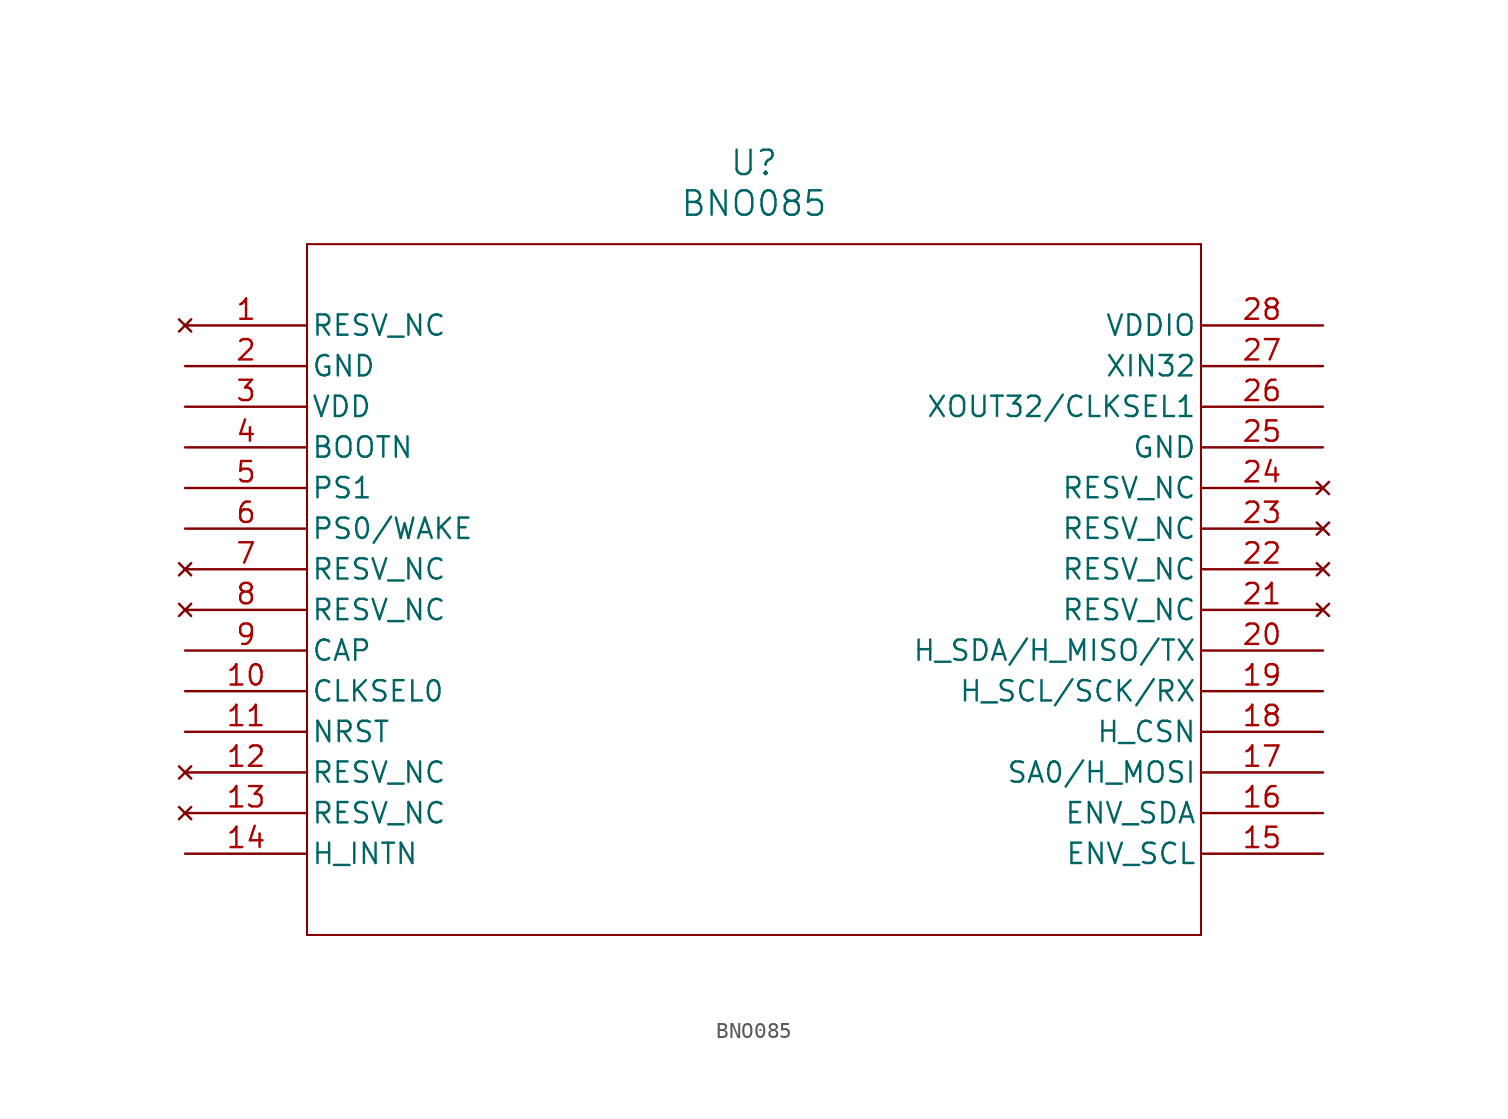
<source format=kicad_sym>
(kicad_symbol_lib
  (version 20211014)
  (generator kicad_symbol_editor)
  (symbol "BNO085"
    (pin_names
      (offset 0.254))
    (property "Reference" "U"
      (at 35.56 10.16 0)
      (effects (font (size 1.524 1.524))))
    (property "Value" "BNO085"
      (at 35.56 7.62 0)
      (effects (font (size 1.524 1.524))))
    (symbol "BNO085_0_1"
      (polyline (pts (xy 7.62 5.08) (xy 7.62 -38.1)) (stroke (width 0.127) (type default) (color 0 0 0 0)) (fill (type none)))
      (polyline (pts (xy 7.62 -38.1) (xy 63.5 -38.1)) (stroke (width 0.127) (type default) (color 0 0 0 0)) (fill (type none)))
      (polyline (pts (xy 63.5 -38.1) (xy 63.5 5.08)) (stroke (width 0.127) (type default) (color 0 0 0 0)) (fill (type none)))
      (polyline (pts (xy 63.5 5.08) (xy 7.62 5.08)) (stroke (width 0.127) (type default) (color 0 0 0 0)) (fill (type none)))
      (pin no_connect line (at 0 0 0) (length 7.62) (name "RESV_NC" (effects (font (size 1.27 1.27)))) (number "1" (effects (font (size 1.27 1.27)))))
      (pin power_out line (at 0 -2.54 0) (length 7.62) (name "GND" (effects (font (size 1.27 1.27)))) (number "2" (effects (font (size 1.27 1.27)))))
      (pin power_in line (at 0 -5.08 0) (length 7.62) (name "VDD" (effects (font (size 1.27 1.27)))) (number "3" (effects (font (size 1.27 1.27)))))
      (pin input line (at 0 -7.62 0) (length 7.62) (name "BOOTN" (effects (font (size 1.27 1.27)))) (number "4" (effects (font (size 1.27 1.27)))))
      (pin input line (at 0 -10.16 0) (length 7.62) (name "PS1" (effects (font (size 1.27 1.27)))) (number "5" (effects (font (size 1.27 1.27)))))
      (pin input line (at 0 -12.7 0) (length 7.62) (name "PS0/WAKE" (effects (font (size 1.27 1.27)))) (number "6" (effects (font (size 1.27 1.27)))))
      (pin no_connect line (at 0 -15.24 0) (length 7.62) (name "RESV_NC" (effects (font (size 1.27 1.27)))) (number "7" (effects (font (size 1.27 1.27)))))
      (pin no_connect line (at 0 -17.78 0) (length 7.62) (name "RESV_NC" (effects (font (size 1.27 1.27)))) (number "8" (effects (font (size 1.27 1.27)))))
      (pin power_in line (at 0 -20.32 0) (length 7.62) (name "CAP" (effects (font (size 1.27 1.27)))) (number "9" (effects (font (size 1.27 1.27)))))
      (pin input line (at 0 -22.86 0) (length 7.62) (name "CLKSEL0" (effects (font (size 1.27 1.27)))) (number "10" (effects (font (size 1.27 1.27)))))
      (pin input line (at 0 -25.4 0) (length 7.62) (name "NRST" (effects (font (size 1.27 1.27)))) (number "11" (effects (font (size 1.27 1.27)))))
      (pin no_connect line (at 0 -27.94 0) (length 7.62) (name "RESV_NC" (effects (font (size 1.27 1.27)))) (number "12" (effects (font (size 1.27 1.27)))))
      (pin no_connect line (at 0 -30.48 0) (length 7.62) (name "RESV_NC" (effects (font (size 1.27 1.27)))) (number "13" (effects (font (size 1.27 1.27)))))
      (pin output line (at 0 -33.02 0) (length 7.62) (name "H_INTN" (effects (font (size 1.27 1.27)))) (number "14" (effects (font (size 1.27 1.27)))))
      (pin bidirectional line (at 71.12 -33.02 180) (length 7.62) (name "ENV_SCL" (effects (font (size 1.27 1.27)))) (number "15" (effects (font (size 1.27 1.27)))))
      (pin bidirectional line (at 71.12 -30.48 180) (length 7.62) (name "ENV_SDA" (effects (font (size 1.27 1.27)))) (number "16" (effects (font (size 1.27 1.27)))))
      (pin input line (at 71.12 -27.94 180) (length 7.62) (name "SA0/H_MOSI" (effects (font (size 1.27 1.27)))) (number "17" (effects (font (size 1.27 1.27)))))
      (pin input line (at 71.12 -25.4 180) (length 7.62) (name "H_CSN" (effects (font (size 1.27 1.27)))) (number "18" (effects (font (size 1.27 1.27)))))
      (pin bidirectional line (at 71.12 -22.86 180) (length 7.62) (name "H_SCL/SCK/RX" (effects (font (size 1.27 1.27)))) (number "19" (effects (font (size 1.27 1.27)))))
      (pin bidirectional line (at 71.12 -20.32 180) (length 7.62) (name "H_SDA/H_MISO/TX" (effects (font (size 1.27 1.27)))) (number "20" (effects (font (size 1.27 1.27)))))
      (pin no_connect line (at 71.12 -17.78 180) (length 7.62) (name "RESV_NC" (effects (font (size 1.27 1.27)))) (number "21" (effects (font (size 1.27 1.27)))))
      (pin no_connect line (at 71.12 -15.24 180) (length 7.62) (name "RESV_NC" (effects (font (size 1.27 1.27)))) (number "22" (effects (font (size 1.27 1.27)))))
      (pin no_connect line (at 71.12 -12.7 180) (length 7.62) (name "RESV_NC" (effects (font (size 1.27 1.27)))) (number "23" (effects (font (size 1.27 1.27)))))
      (pin no_connect line (at 71.12 -10.16 180) (length 7.62) (name "RESV_NC" (effects (font (size 1.27 1.27)))) (number "24" (effects (font (size 1.27 1.27)))))
      (pin power_out line (at 71.12 -7.62 180) (length 7.62) (name "GND" (effects (font (size 1.27 1.27)))) (number "25" (effects (font (size 1.27 1.27)))))
      (pin output line (at 71.12 -5.08 180) (length 7.62) (name "XOUT32/CLKSEL1" (effects (font (size 1.27 1.27)))) (number "26" (effects (font (size 1.27 1.27)))))
      (pin input line (at 71.12 -2.54 180) (length 7.62) (name "XIN32" (effects (font (size 1.27 1.27)))) (number "27" (effects (font (size 1.27 1.27)))))
      (pin power_in line (at 71.12 0 180) (length 7.62) (name "VDDIO" (effects (font (size 1.27 1.27)))) (number "28" (effects (font (size 1.27 1.27))))))))
</source>
